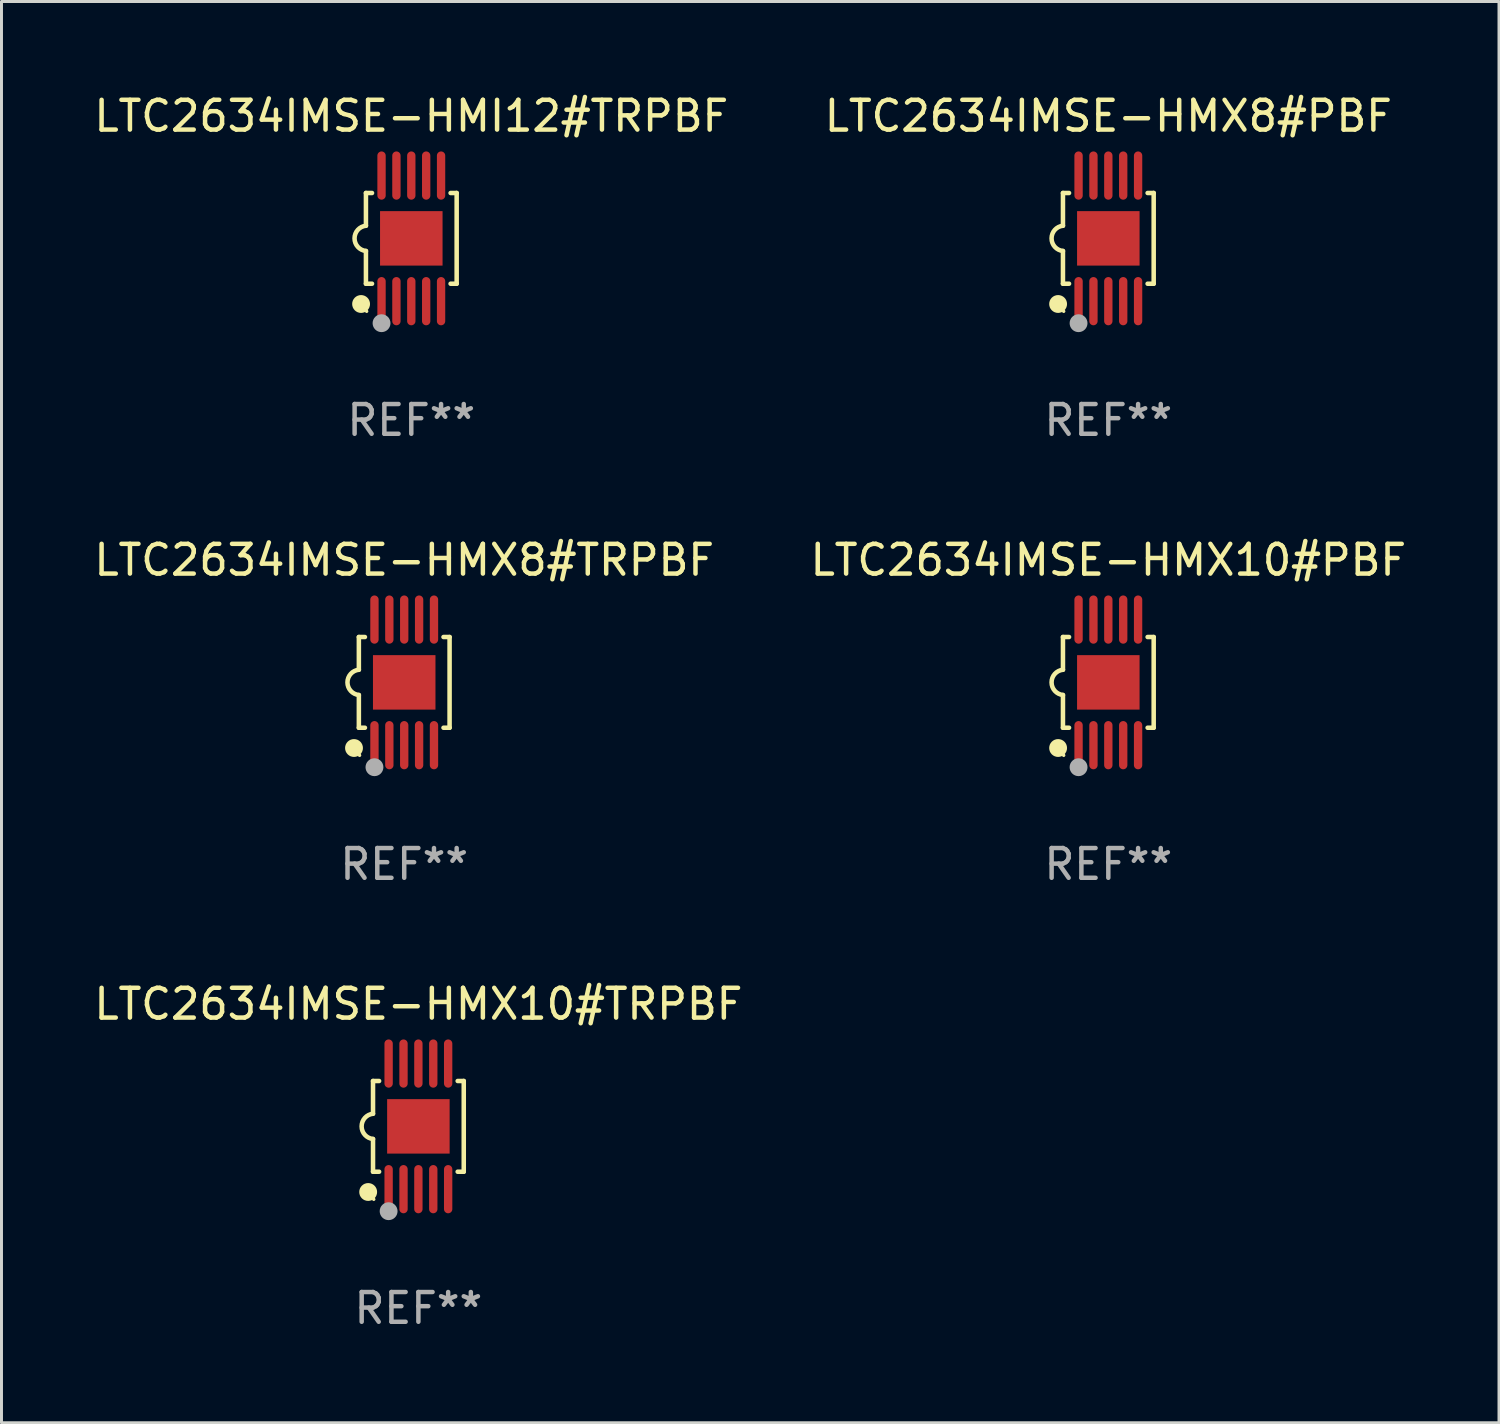
<source format=kicad_pcb>
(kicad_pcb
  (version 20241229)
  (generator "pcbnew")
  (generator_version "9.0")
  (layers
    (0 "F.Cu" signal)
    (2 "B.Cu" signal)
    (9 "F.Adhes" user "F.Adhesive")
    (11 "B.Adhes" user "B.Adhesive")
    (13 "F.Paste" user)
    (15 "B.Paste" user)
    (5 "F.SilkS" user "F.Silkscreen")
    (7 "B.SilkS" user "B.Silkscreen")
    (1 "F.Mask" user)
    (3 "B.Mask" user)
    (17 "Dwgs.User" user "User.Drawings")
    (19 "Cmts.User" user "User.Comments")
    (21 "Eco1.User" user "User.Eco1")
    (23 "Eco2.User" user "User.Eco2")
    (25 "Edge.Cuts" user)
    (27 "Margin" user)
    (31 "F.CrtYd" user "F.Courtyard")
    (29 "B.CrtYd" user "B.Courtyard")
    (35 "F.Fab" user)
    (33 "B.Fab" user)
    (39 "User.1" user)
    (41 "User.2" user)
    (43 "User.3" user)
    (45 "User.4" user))
  (footprint "LTC2634IMSE-HMX8#TRPBF"
    (layer "F.Cu")
    (at 10.53 19.875)
    (property "Reference" "LTC2634IMSE-HMX8#TRPBF" (at 0 -4.11 0) (layer "F.SilkS") (effects (font (size 1 1) (thickness 0.15))))
    (attr through_hole)
    (fp_line (start -1.524 -1.524) (end -1.524 -0.424) (stroke (width 0.152) (type solid)) (layer "F.SilkS"))
    (fp_line (start -1.524 1.524) (end -1.524 0.424) (stroke (width 0.152) (type solid)) (layer "F.SilkS"))
    (fp_line (start -1.524 1.524) (end -1.32 1.524) (stroke (width 0.152) (type solid)) (layer "F.SilkS"))
    (fp_line (start -1.32 -1.524) (end -1.524 -1.524) (stroke (width 0.152) (type solid)) (layer "F.SilkS"))
    (fp_line (start 1.32 1.524) (end 1.524 1.524) (stroke (width 0.152) (type solid)) (layer "F.SilkS"))
    (fp_line (start 1.524 -1.524) (end 1.32 -1.524) (stroke (width 0.152) (type solid)) (layer "F.SilkS"))
    (fp_line (start 1.524 1.524) (end 1.524 -1.524) (stroke (width 0.152) (type solid)) (layer "F.SilkS"))
    (fp_arc (start -1.524003 0.424003) (mid -1.906663 -0.000089) (end -1.524004 -0.424181) (stroke (width 0.151994) (type solid)) (layer "F.SilkS"))
    (fp_circle (center -1.687 2.205) (end -1.537 2.205) (stroke (width 0.3) (type solid)) (fill no) (layer "F.SilkS"))
    (fp_circle (center -1.5 2.45) (end -1.47 2.45) (stroke (width 0.06) (type solid)) (fill no) (layer "F.SilkS"))
    (fp_circle (center -1 2.85) (end -0.85 2.85) (stroke (width 0.3) (type solid)) (fill no) (layer "F.Fab"))
    (fp_text user "REF**" (at 0 6.11 0) (layer "F.Fab") (effects (font (size 1 1) (thickness 0.15))))
    (pad "1" smd oval (at -1 2.11) (size 0.28 1.62) (layers "F.Cu" "F.Mask" "F.Paste"))
    (pad "2" smd oval (at -0.5 2.11) (size 0.28 1.62) (layers "F.Cu" "F.Mask" "F.Paste"))
    (pad "3" smd oval (at 0 2.11) (size 0.28 1.62) (layers "F.Cu" "F.Mask" "F.Paste"))
    (pad "4" smd oval (at 0.5 2.11) (size 0.28 1.62) (layers "F.Cu" "F.Mask" "F.Paste"))
    (pad "5" smd oval (at 1 2.11) (size 0.28 1.62) (layers "F.Cu" "F.Mask" "F.Paste"))
    (pad "6" smd oval (at 1 -2.11) (size 0.28 1.62) (layers "F.Cu" "F.Mask" "F.Paste"))
    (pad "7" smd oval (at 0.5 -2.11) (size 0.28 1.62) (layers "F.Cu" "F.Mask" "F.Paste"))
    (pad "8" smd oval (at 0 -2.11) (size 0.28 1.62) (layers "F.Cu" "F.Mask" "F.Paste"))
    (pad "9" smd oval (at -0.5 -2.11) (size 0.28 1.62) (layers "F.Cu" "F.Mask" "F.Paste"))
    (pad "10" smd oval (at -1 -2.11) (size 0.28 1.62) (layers "F.Cu" "F.Mask" "F.Paste"))
    (pad "11" smd rect (at 0 0) (size 2.1 1.83) (layers "F.Cu" "F.Mask" "F.Paste")))
  (footprint "LTC2634IMSE-HMX10#TRPBF"
    (layer "F.Cu")
    (at 11.006 34.791)
    (property "Reference" "LTC2634IMSE-HMX10#TRPBF" (at 0 -4.11 0) (layer "F.SilkS") (effects (font (size 1 1) (thickness 0.15))))
    (attr through_hole)
    (fp_line (start -1.524 -1.524) (end -1.524 -0.424) (stroke (width 0.152) (type solid)) (layer "F.SilkS"))
    (fp_line (start -1.524 1.524) (end -1.524 0.424) (stroke (width 0.152) (type solid)) (layer "F.SilkS"))
    (fp_line (start -1.524 1.524) (end -1.32 1.524) (stroke (width 0.152) (type solid)) (layer "F.SilkS"))
    (fp_line (start -1.32 -1.524) (end -1.524 -1.524) (stroke (width 0.152) (type solid)) (layer "F.SilkS"))
    (fp_line (start 1.32 1.524) (end 1.524 1.524) (stroke (width 0.152) (type solid)) (layer "F.SilkS"))
    (fp_line (start 1.524 -1.524) (end 1.32 -1.524) (stroke (width 0.152) (type solid)) (layer "F.SilkS"))
    (fp_line (start 1.524 1.524) (end 1.524 -1.524) (stroke (width 0.152) (type solid)) (layer "F.SilkS"))
    (fp_arc (start -1.524003 0.424003) (mid -1.906663 -0.000089) (end -1.524004 -0.424181) (stroke (width 0.151994) (type solid)) (layer "F.SilkS"))
    (fp_circle (center -1.687 2.205) (end -1.537 2.205) (stroke (width 0.3) (type solid)) (fill no) (layer "F.SilkS"))
    (fp_circle (center -1.5 2.45) (end -1.47 2.45) (stroke (width 0.06) (type solid)) (fill no) (layer "F.SilkS"))
    (fp_circle (center -1 2.85) (end -0.85 2.85) (stroke (width 0.3) (type solid)) (fill no) (layer "F.Fab"))
    (fp_text user "REF**" (at 0 6.11 0) (layer "F.Fab") (effects (font (size 1 1) (thickness 0.15))))
    (pad "1" smd oval (at -1 2.11) (size 0.28 1.62) (layers "F.Cu" "F.Mask" "F.Paste"))
    (pad "2" smd oval (at -0.5 2.11) (size 0.28 1.62) (layers "F.Cu" "F.Mask" "F.Paste"))
    (pad "3" smd oval (at 0 2.11) (size 0.28 1.62) (layers "F.Cu" "F.Mask" "F.Paste"))
    (pad "4" smd oval (at 0.5 2.11) (size 0.28 1.62) (layers "F.Cu" "F.Mask" "F.Paste"))
    (pad "5" smd oval (at 1 2.11) (size 0.28 1.62) (layers "F.Cu" "F.Mask" "F.Paste"))
    (pad "6" smd oval (at 1 -2.11) (size 0.28 1.62) (layers "F.Cu" "F.Mask" "F.Paste"))
    (pad "7" smd oval (at 0.5 -2.11) (size 0.28 1.62) (layers "F.Cu" "F.Mask" "F.Paste"))
    (pad "8" smd oval (at 0 -2.11) (size 0.28 1.62) (layers "F.Cu" "F.Mask" "F.Paste"))
    (pad "9" smd oval (at -0.5 -2.11) (size 0.28 1.62) (layers "F.Cu" "F.Mask" "F.Paste"))
    (pad "10" smd oval (at -1 -2.11) (size 0.28 1.62) (layers "F.Cu" "F.Mask" "F.Paste"))
    (pad "11" smd rect (at 0 0) (size 2.1 1.83) (layers "F.Cu" "F.Mask" "F.Paste")))
  (footprint "LTC2634IMSE-HMX10#PBF"
    (layer "F.Cu")
    (at 34.185 19.875)
    (property "Reference" "LTC2634IMSE-HMX10#PBF" (at 0 -4.11 0) (layer "F.SilkS") (effects (font (size 1 1) (thickness 0.15))))
    (attr through_hole)
    (fp_line (start -1.524 -1.524) (end -1.524 -0.424) (stroke (width 0.152) (type solid)) (layer "F.SilkS"))
    (fp_line (start -1.524 1.524) (end -1.524 0.424) (stroke (width 0.152) (type solid)) (layer "F.SilkS"))
    (fp_line (start -1.524 1.524) (end -1.32 1.524) (stroke (width 0.152) (type solid)) (layer "F.SilkS"))
    (fp_line (start -1.32 -1.524) (end -1.524 -1.524) (stroke (width 0.152) (type solid)) (layer "F.SilkS"))
    (fp_line (start 1.32 1.524) (end 1.524 1.524) (stroke (width 0.152) (type solid)) (layer "F.SilkS"))
    (fp_line (start 1.524 -1.524) (end 1.32 -1.524) (stroke (width 0.152) (type solid)) (layer "F.SilkS"))
    (fp_line (start 1.524 1.524) (end 1.524 -1.524) (stroke (width 0.152) (type solid)) (layer "F.SilkS"))
    (fp_arc (start -1.524003 0.424003) (mid -1.906663 -0.000089) (end -1.524004 -0.424181) (stroke (width 0.151994) (type solid)) (layer "F.SilkS"))
    (fp_circle (center -1.687 2.205) (end -1.537 2.205) (stroke (width 0.3) (type solid)) (fill no) (layer "F.SilkS"))
    (fp_circle (center -1.5 2.45) (end -1.47 2.45) (stroke (width 0.06) (type solid)) (fill no) (layer "F.SilkS"))
    (fp_circle (center -1 2.85) (end -0.85 2.85) (stroke (width 0.3) (type solid)) (fill no) (layer "F.Fab"))
    (fp_text user "REF**" (at 0 6.11 0) (layer "F.Fab") (effects (font (size 1 1) (thickness 0.15))))
    (pad "1" smd oval (at -1 2.11) (size 0.28 1.62) (layers "F.Cu" "F.Mask" "F.Paste"))
    (pad "2" smd oval (at -0.5 2.11) (size 0.28 1.62) (layers "F.Cu" "F.Mask" "F.Paste"))
    (pad "3" smd oval (at 0 2.11) (size 0.28 1.62) (layers "F.Cu" "F.Mask" "F.Paste"))
    (pad "4" smd oval (at 0.5 2.11) (size 0.28 1.62) (layers "F.Cu" "F.Mask" "F.Paste"))
    (pad "5" smd oval (at 1 2.11) (size 0.28 1.62) (layers "F.Cu" "F.Mask" "F.Paste"))
    (pad "6" smd oval (at 1 -2.11) (size 0.28 1.62) (layers "F.Cu" "F.Mask" "F.Paste"))
    (pad "7" smd oval (at 0.5 -2.11) (size 0.28 1.62) (layers "F.Cu" "F.Mask" "F.Paste"))
    (pad "8" smd oval (at 0 -2.11) (size 0.28 1.62) (layers "F.Cu" "F.Mask" "F.Paste"))
    (pad "9" smd oval (at -0.5 -2.11) (size 0.28 1.62) (layers "F.Cu" "F.Mask" "F.Paste"))
    (pad "10" smd oval (at -1 -2.11) (size 0.28 1.62) (layers "F.Cu" "F.Mask" "F.Paste"))
    (pad "11" smd rect (at 0 0) (size 2.1 1.83) (layers "F.Cu" "F.Mask" "F.Paste")))
  (footprint "LTC2634IMSE-HMX8#PBF"
    (layer "F.Cu")
    (at 34.185 4.958)
    (property "Reference" "LTC2634IMSE-HMX8#PBF" (at 0 -4.11 0) (layer "F.SilkS") (effects (font (size 1 1) (thickness 0.15))))
    (attr through_hole)
    (fp_line (start -1.524 -1.524) (end -1.524 -0.424) (stroke (width 0.152) (type solid)) (layer "F.SilkS"))
    (fp_line (start -1.524 1.524) (end -1.524 0.424) (stroke (width 0.152) (type solid)) (layer "F.SilkS"))
    (fp_line (start -1.524 1.524) (end -1.32 1.524) (stroke (width 0.152) (type solid)) (layer "F.SilkS"))
    (fp_line (start -1.32 -1.524) (end -1.524 -1.524) (stroke (width 0.152) (type solid)) (layer "F.SilkS"))
    (fp_line (start 1.32 1.524) (end 1.524 1.524) (stroke (width 0.152) (type solid)) (layer "F.SilkS"))
    (fp_line (start 1.524 -1.524) (end 1.32 -1.524) (stroke (width 0.152) (type solid)) (layer "F.SilkS"))
    (fp_line (start 1.524 1.524) (end 1.524 -1.524) (stroke (width 0.152) (type solid)) (layer "F.SilkS"))
    (fp_arc (start -1.524003 0.424003) (mid -1.906663 -0.000089) (end -1.524004 -0.424181) (stroke (width 0.151994) (type solid)) (layer "F.SilkS"))
    (fp_circle (center -1.687 2.205) (end -1.537 2.205) (stroke (width 0.3) (type solid)) (fill no) (layer "F.SilkS"))
    (fp_circle (center -1.5 2.45) (end -1.47 2.45) (stroke (width 0.06) (type solid)) (fill no) (layer "F.SilkS"))
    (fp_circle (center -1 2.85) (end -0.85 2.85) (stroke (width 0.3) (type solid)) (fill no) (layer "F.Fab"))
    (fp_text user "REF**" (at 0 6.11 0) (layer "F.Fab") (effects (font (size 1 1) (thickness 0.15))))
    (pad "1" smd oval (at -1 2.11) (size 0.28 1.62) (layers "F.Cu" "F.Mask" "F.Paste"))
    (pad "2" smd oval (at -0.5 2.11) (size 0.28 1.62) (layers "F.Cu" "F.Mask" "F.Paste"))
    (pad "3" smd oval (at 0 2.11) (size 0.28 1.62) (layers "F.Cu" "F.Mask" "F.Paste"))
    (pad "4" smd oval (at 0.5 2.11) (size 0.28 1.62) (layers "F.Cu" "F.Mask" "F.Paste"))
    (pad "5" smd oval (at 1 2.11) (size 0.28 1.62) (layers "F.Cu" "F.Mask" "F.Paste"))
    (pad "6" smd oval (at 1 -2.11) (size 0.28 1.62) (layers "F.Cu" "F.Mask" "F.Paste"))
    (pad "7" smd oval (at 0.5 -2.11) (size 0.28 1.62) (layers "F.Cu" "F.Mask" "F.Paste"))
    (pad "8" smd oval (at 0 -2.11) (size 0.28 1.62) (layers "F.Cu" "F.Mask" "F.Paste"))
    (pad "9" smd oval (at -0.5 -2.11) (size 0.28 1.62) (layers "F.Cu" "F.Mask" "F.Paste"))
    (pad "10" smd oval (at -1 -2.11) (size 0.28 1.62) (layers "F.Cu" "F.Mask" "F.Paste"))
    (pad "11" smd rect (at 0 0) (size 2.1 1.83) (layers "F.Cu" "F.Mask" "F.Paste")))
  (footprint "LTC2634IMSE-HMI12#TRPBF"
    (layer "F.Cu")
    (at 10.768 4.958)
    (property "Reference" "LTC2634IMSE-HMI12#TRPBF" (at 0 -4.11 0) (layer "F.SilkS") (effects (font (size 1 1) (thickness 0.15))))
    (attr through_hole)
    (fp_line (start -1.524 -1.524) (end -1.524 -0.424) (stroke (width 0.152) (type solid)) (layer "F.SilkS"))
    (fp_line (start -1.524 1.524) (end -1.524 0.424) (stroke (width 0.152) (type solid)) (layer "F.SilkS"))
    (fp_line (start -1.524 1.524) (end -1.32 1.524) (stroke (width 0.152) (type solid)) (layer "F.SilkS"))
    (fp_line (start -1.32 -1.524) (end -1.524 -1.524) (stroke (width 0.152) (type solid)) (layer "F.SilkS"))
    (fp_line (start 1.32 1.524) (end 1.524 1.524) (stroke (width 0.152) (type solid)) (layer "F.SilkS"))
    (fp_line (start 1.524 -1.524) (end 1.32 -1.524) (stroke (width 0.152) (type solid)) (layer "F.SilkS"))
    (fp_line (start 1.524 1.524) (end 1.524 -1.524) (stroke (width 0.152) (type solid)) (layer "F.SilkS"))
    (fp_arc (start -1.524003 0.424003) (mid -1.906663 -0.000089) (end -1.524004 -0.424181) (stroke (width 0.151994) (type solid)) (layer "F.SilkS"))
    (fp_circle (center -1.687 2.205) (end -1.537 2.205) (stroke (width 0.3) (type solid)) (fill no) (layer "F.SilkS"))
    (fp_circle (center -1.5 2.45) (end -1.47 2.45) (stroke (width 0.06) (type solid)) (fill no) (layer "F.SilkS"))
    (fp_circle (center -1 2.85) (end -0.85 2.85) (stroke (width 0.3) (type solid)) (fill no) (layer "F.Fab"))
    (fp_text user "REF**" (at 0 6.11 0) (layer "F.Fab") (effects (font (size 1 1) (thickness 0.15))))
    (pad "1" smd oval (at -1 2.11) (size 0.28 1.62) (layers "F.Cu" "F.Mask" "F.Paste"))
    (pad "2" smd oval (at -0.5 2.11) (size 0.28 1.62) (layers "F.Cu" "F.Mask" "F.Paste"))
    (pad "3" smd oval (at 0 2.11) (size 0.28 1.62) (layers "F.Cu" "F.Mask" "F.Paste"))
    (pad "4" smd oval (at 0.5 2.11) (size 0.28 1.62) (layers "F.Cu" "F.Mask" "F.Paste"))
    (pad "5" smd oval (at 1 2.11) (size 0.28 1.62) (layers "F.Cu" "F.Mask" "F.Paste"))
    (pad "6" smd oval (at 1 -2.11) (size 0.28 1.62) (layers "F.Cu" "F.Mask" "F.Paste"))
    (pad "7" smd oval (at 0.5 -2.11) (size 0.28 1.62) (layers "F.Cu" "F.Mask" "F.Paste"))
    (pad "8" smd oval (at 0 -2.11) (size 0.28 1.62) (layers "F.Cu" "F.Mask" "F.Paste"))
    (pad "9" smd oval (at -0.5 -2.11) (size 0.28 1.62) (layers "F.Cu" "F.Mask" "F.Paste"))
    (pad "10" smd oval (at -1 -2.11) (size 0.28 1.62) (layers "F.Cu" "F.Mask" "F.Paste"))
    (pad "11" smd rect (at 0 0) (size 2.1 1.83) (layers "F.Cu" "F.Mask" "F.Paste")))
  (gr_rect
    (start -3 -3)
    (end 47.31 44.749)
    (stroke (width 0.1) (type default))
    (fill no)
    (layer "Edge.Cuts")))
</source>
